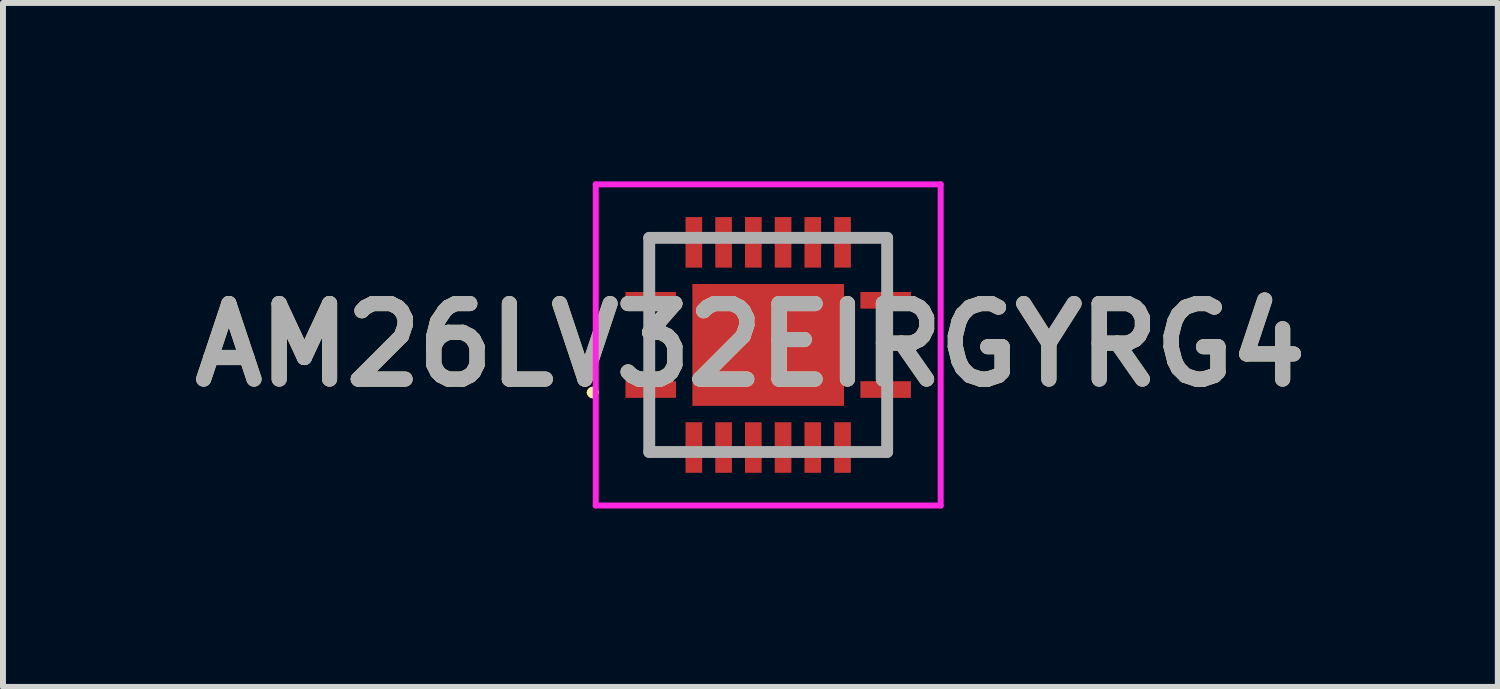
<source format=kicad_pcb>
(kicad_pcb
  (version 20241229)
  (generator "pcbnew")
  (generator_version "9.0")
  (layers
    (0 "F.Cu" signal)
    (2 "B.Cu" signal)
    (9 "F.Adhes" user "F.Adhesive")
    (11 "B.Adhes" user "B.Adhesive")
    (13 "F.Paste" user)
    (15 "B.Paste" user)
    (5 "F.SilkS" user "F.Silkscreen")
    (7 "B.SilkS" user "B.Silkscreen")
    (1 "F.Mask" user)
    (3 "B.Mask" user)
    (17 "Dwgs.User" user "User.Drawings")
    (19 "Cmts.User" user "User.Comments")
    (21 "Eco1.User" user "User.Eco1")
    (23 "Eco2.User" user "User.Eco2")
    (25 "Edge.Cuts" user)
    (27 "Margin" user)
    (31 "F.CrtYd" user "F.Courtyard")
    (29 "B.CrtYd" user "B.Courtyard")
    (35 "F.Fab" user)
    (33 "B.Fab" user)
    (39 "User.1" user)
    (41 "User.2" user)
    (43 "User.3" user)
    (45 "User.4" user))
  (footprint "AM26LV32EIRGYRG4"
    (layer "F.Cu")
    (at 9.867 2.75)
    (property "Reference" "AM26LV32EIRGYRG4" (at -0.3 0 0) (layer "F.SilkS") (effects (font (size 1.27 1.27) (thickness 0.254))))
    (attr smd)
    (fp_line (start -3 0.8) (end -3 0.8) (stroke (width 0.1) (type solid)) (layer "F.SilkS"))
    (fp_line (start -2.9 0.8) (end -2.9 0.8) (stroke (width 0.1) (type solid)) (layer "F.SilkS"))
    (fp_line (start -2 -1.8) (end -2 -1.2) (stroke (width 0.1) (type solid)) (layer "F.SilkS"))
    (fp_line (start -2 1.2) (end -2 1.8) (stroke (width 0.1) (type solid)) (layer "F.SilkS"))
    (fp_line (start -2 1.8) (end -1.6 1.8) (stroke (width 0.1) (type solid)) (layer "F.SilkS"))
    (fp_line (start -1.6 -1.8) (end -2 -1.8) (stroke (width 0.1) (type solid)) (layer "F.SilkS"))
    (fp_line (start 1.6 -1.8) (end 2 -1.8) (stroke (width 0.1) (type solid)) (layer "F.SilkS"))
    (fp_line (start 1.6 1.8) (end 2 1.8) (stroke (width 0.1) (type solid)) (layer "F.SilkS"))
    (fp_line (start 2 -1.8) (end 2 -1.2) (stroke (width 0.1) (type solid)) (layer "F.SilkS"))
    (fp_line (start 2 1.8) (end 1.975 1.2) (stroke (width 0.1) (type solid)) (layer "F.SilkS"))
    (fp_arc (start -3 0.8) (mid -2.95 0.75) (end -2.9 0.8) (stroke (width 0.1) (type solid)) (layer "F.SilkS"))
    (fp_arc (start -2.9 0.8) (mid -2.95 0.85) (end -3 0.8) (stroke (width 0.1) (type solid)) (layer "F.SilkS"))
    (fp_line (start -2.9 -2.7) (end 2.9 -2.7) (stroke (width 0.1) (type solid)) (layer "F.CrtYd"))
    (fp_line (start -2.9 2.7) (end -2.9 -2.7) (stroke (width 0.1) (type solid)) (layer "F.CrtYd"))
    (fp_line (start 2.9 -2.7) (end 2.9 2.7) (stroke (width 0.1) (type solid)) (layer "F.CrtYd"))
    (fp_line (start 2.9 2.7) (end -2.9 2.7) (stroke (width 0.1) (type solid)) (layer "F.CrtYd"))
    (fp_line (start -2 -1.8) (end 2 -1.8) (stroke (width 0.2) (type solid)) (layer "F.Fab"))
    (fp_line (start -2 1.8) (end -2 -1.8) (stroke (width 0.2) (type solid)) (layer "F.Fab"))
    (fp_line (start 2 -1.8) (end 2 1.8) (stroke (width 0.2) (type solid)) (layer "F.Fab"))
    (fp_line (start 2 1.8) (end -2 1.8) (stroke (width 0.2) (type solid)) (layer "F.Fab"))
    (fp_text user "${REFERENCE}" (at -0.3 0 0) (layer "F.Fab") (effects (font (size 1.27 1.27) (thickness 0.254))))
    (pad "1" smd rect (at -1.975 0.75 90) (size 0.28 0.85) (layers "F.Cu" "F.Mask" "F.Paste"))
    (pad "2" smd rect (at -1.25 1.725) (size 0.28 0.85) (layers "F.Cu" "F.Mask" "F.Paste"))
    (pad "3" smd rect (at -0.75 1.725) (size 0.28 0.85) (layers "F.Cu" "F.Mask" "F.Paste"))
    (pad "4" smd rect (at -0.25 1.725) (size 0.28 0.85) (layers "F.Cu" "F.Mask" "F.Paste"))
    (pad "5" smd rect (at 0.25 1.725) (size 0.28 0.85) (layers "F.Cu" "F.Mask" "F.Paste"))
    (pad "6" smd rect (at 0.75 1.725) (size 0.28 0.85) (layers "F.Cu" "F.Mask" "F.Paste"))
    (pad "7" smd rect (at 1.25 1.725) (size 0.28 0.85) (layers "F.Cu" "F.Mask" "F.Paste"))
    (pad "8" smd rect (at 1.975 0.75 90) (size 0.28 0.85) (layers "F.Cu" "F.Mask" "F.Paste"))
    (pad "9" smd rect (at 1.975 -0.75 90) (size 0.28 0.85) (layers "F.Cu" "F.Mask" "F.Paste"))
    (pad "10" smd rect (at 1.25 -1.725) (size 0.28 0.85) (layers "F.Cu" "F.Mask" "F.Paste"))
    (pad "11" smd rect (at 0.75 -1.725) (size 0.28 0.85) (layers "F.Cu" "F.Mask" "F.Paste"))
    (pad "12" smd rect (at 0.25 -1.725) (size 0.28 0.85) (layers "F.Cu" "F.Mask" "F.Paste"))
    (pad "13" smd rect (at -0.25 -1.725) (size 0.28 0.85) (layers "F.Cu" "F.Mask" "F.Paste"))
    (pad "14" smd rect (at -0.75 -1.725) (size 0.28 0.85) (layers "F.Cu" "F.Mask" "F.Paste"))
    (pad "15" smd rect (at -1.25 -1.725) (size 0.28 0.85) (layers "F.Cu" "F.Mask" "F.Paste"))
    (pad "16" smd rect (at -1.975 -0.75 90) (size 0.28 0.85) (layers "F.Cu" "F.Mask" "F.Paste"))
    (pad "17" smd rect (at 0 0 90) (size 2.05 2.55) (layers "F.Cu" "F.Mask" "F.Paste")))
  (gr_rect
    (start -3 -3)
    (end 22.135 8.5)
    (stroke (width 0.1) (type default))
    (fill no)
    (layer "Edge.Cuts")))
</source>
